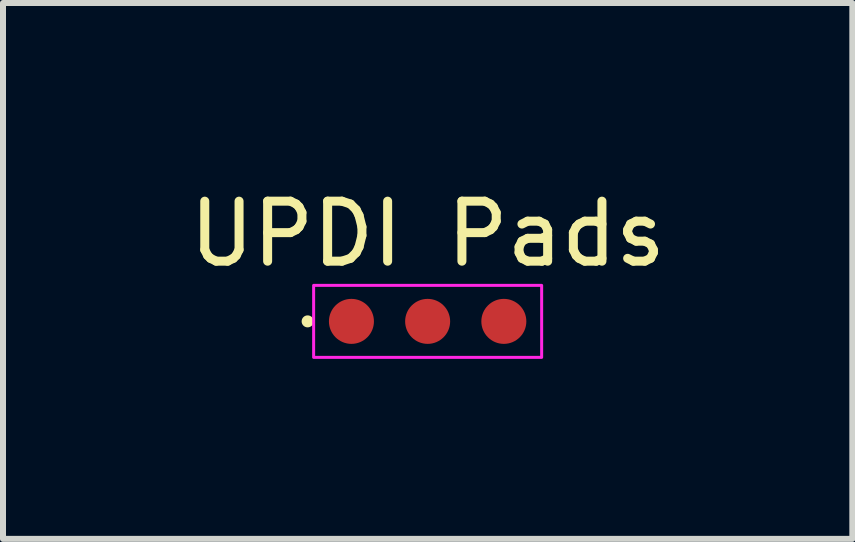
<source format=kicad_pcb>
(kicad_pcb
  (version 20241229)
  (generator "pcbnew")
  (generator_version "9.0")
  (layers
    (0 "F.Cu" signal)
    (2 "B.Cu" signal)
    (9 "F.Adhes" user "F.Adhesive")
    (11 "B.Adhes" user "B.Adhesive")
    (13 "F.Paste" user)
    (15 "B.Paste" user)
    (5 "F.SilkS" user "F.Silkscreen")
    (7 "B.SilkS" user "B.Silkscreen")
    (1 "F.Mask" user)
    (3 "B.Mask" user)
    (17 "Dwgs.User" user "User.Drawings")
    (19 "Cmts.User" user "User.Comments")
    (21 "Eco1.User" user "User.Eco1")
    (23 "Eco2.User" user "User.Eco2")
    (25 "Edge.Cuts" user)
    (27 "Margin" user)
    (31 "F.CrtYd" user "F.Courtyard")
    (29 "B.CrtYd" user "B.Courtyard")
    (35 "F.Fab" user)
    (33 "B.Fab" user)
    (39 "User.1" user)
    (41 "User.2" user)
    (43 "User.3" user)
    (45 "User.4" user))
  (footprint "UPDI Pads"
    (layer "F.Cu")
    (at 4.077 2.306)
    (property "Reference" "UPDI Pads" (at 0 -1.458 0) (unlocked yes) (layer "F.SilkS") (effects (font (size 1 1) (thickness 0.15))))
    (attr smd)
    (fp_circle (center -2 0) (end -1.9 0) (stroke (width 0) (type solid)) (fill yes) (layer "F.SilkS"))
    (fp_rect (start -1.9 -0.6) (end 1.9 0.6) (stroke (width 0.05) (type default)) (fill no) (layer "F.CrtYd"))
    (pad "1" smd circle (at -1.27 0) (size 0.75 0.75) (layers "F.Cu" "F.Mask"))
    (pad "2" smd circle (at 0 0) (size 0.75 0.75) (layers "F.Cu" "F.Mask"))
    (pad "6" smd circle (at 1.27 0) (size 0.75 0.75) (layers "F.Cu" "F.Mask")))
  (gr_rect
    (start -3 -3)
    (end 11.155 5.931)
    (stroke (width 0.1) (type default))
    (fill no)
    (layer "Edge.Cuts")))
</source>
